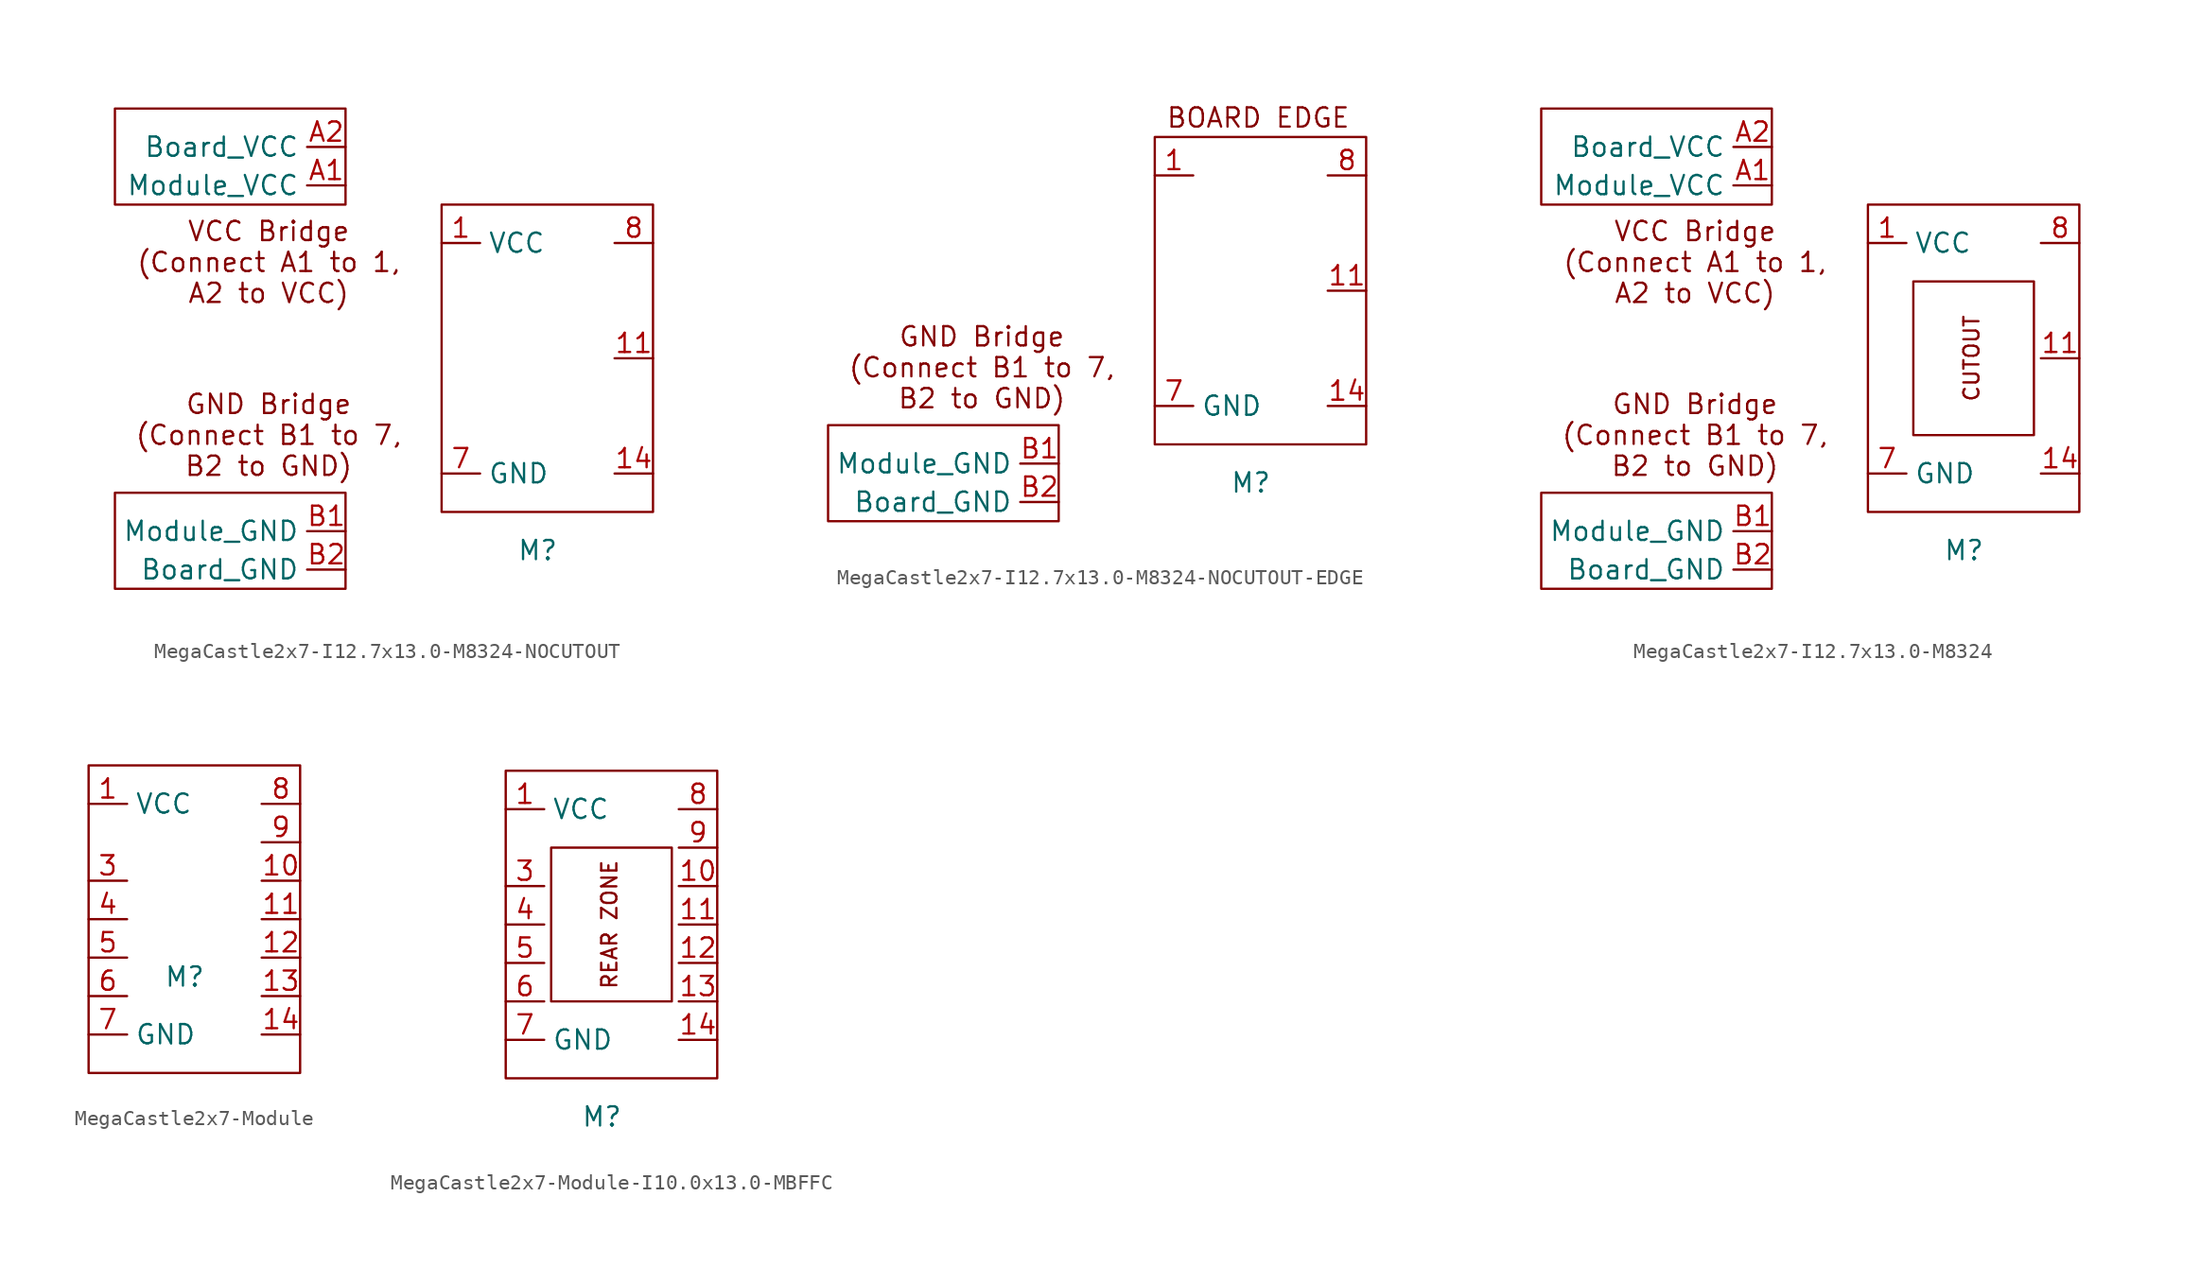
<source format=kicad_sym>
(kicad_symbol_lib
  (version 20231120)
  (generator "kicad_symbol_editor")
  (generator_version "8.0")
  (symbol "MegaCastle2x7-I12.7x13.0-M8324-NOCUTOUT"
    (property "Reference" "M"
      (at 0 -12.7 0)
      (effects (font (size 1.27 1.27))))
    (property "Value" ""
      (at 0 5.08 0)
      (effects (font (size 1.27 1.27))))
    (symbol "MegaCastle2x7-I12.7x13.0-M8324-NOCUTOUT_0_1"
      (rectangle (start -27.94 -8.89) (end -12.7 -15.24) (stroke (width 0) (type default)) (fill (type none)))
      (rectangle (start -27.94 16.51) (end -12.7 10.16) (stroke (width 0) (type default)) (fill (type none)))
      (rectangle (start -6.35 10.16) (end 7.62 -10.16) (stroke (width 0) (type default)) (fill (type none))))
    (symbol "MegaCastle2x7-I12.7x13.0-M8324-NOCUTOUT_1_1"
      (text "GND Bridge\n(Connect B1 to 7,\nB2 to GND)" (at -17.78 -5.08 0) (effects (font (size 1.27 1.27))))
      (text "VCC Bridge\n(Connect A1 to 1,\nA2 to VCC)" (at -17.78 6.35 0) (effects (font (size 1.27 1.27))))
      (pin bidirectional line (at -6.35 7.62 0) (length 2.54) (name "VCC" (effects (font (size 1.27 1.27)))) (number "1" (effects (font (size 1.27 1.27)))))
      (pin bidirectional line (at 7.62 0 180) (length 2.54) (name "" (effects (font (size 1.27 1.27)))) (number "11" (effects (font (size 1.27 1.27)))))
      (pin bidirectional line (at 7.62 -7.62 180) (length 2.54) (name "" (effects (font (size 1.27 1.27)))) (number "14" (effects (font (size 1.27 1.27)))))
      (pin bidirectional line (at -6.35 -7.62 0) (length 2.54) (name "GND" (effects (font (size 1.27 1.27)))) (number "7" (effects (font (size 1.27 1.27)))))
      (pin bidirectional line (at 7.62 7.62 180) (length 2.54) (name "" (effects (font (size 1.27 1.27)))) (number "8" (effects (font (size 1.27 1.27)))))
      (pin bidirectional line (at -12.7 11.43 180) (length 2.54) (name "Module_VCC" (effects (font (size 1.27 1.27)))) (number "A1" (effects (font (size 1.27 1.27)))))
      (pin bidirectional line (at -12.7 13.97 180) (length 2.54) (name "Board_VCC" (effects (font (size 1.27 1.27)))) (number "A2" (effects (font (size 1.27 1.27)))))
      (pin bidirectional line (at -12.7 -11.43 180) (length 2.54) (name "Module_GND" (effects (font (size 1.27 1.27)))) (number "B1" (effects (font (size 1.27 1.27)))))
      (pin bidirectional line (at -12.7 -13.97 180) (length 2.54) (name "Board_GND" (effects (font (size 1.27 1.27)))) (number "B2" (effects (font (size 1.27 1.27)))))))
  (symbol "MegaCastle2x7-I12.7x13.0-M8324-NOCUTOUT-EDGE"
    (property "Reference" "M"
      (at 0 -12.7 0)
      (effects (font (size 1.27 1.27))))
    (property "Value" ""
      (at 0 5.08 0)
      (effects (font (size 1.27 1.27))))
    (symbol "MegaCastle2x7-I12.7x13.0-M8324-NOCUTOUT-EDGE_0_1"
      (rectangle (start -27.94 -8.89) (end -12.7 -15.24) (stroke (width 0) (type default)) (fill (type none)))
      (rectangle (start -6.35 10.16) (end 7.62 -10.16) (stroke (width 0) (type default)) (fill (type none))))
    (symbol "MegaCastle2x7-I12.7x13.0-M8324-NOCUTOUT-EDGE_1_1"
      (text " BOARD EDGE" (at 0 11.43 0) (effects (font (size 1.27 1.27))))
      (text "GND Bridge\n(Connect B1 to 7,\nB2 to GND)" (at -17.78 -5.08 0) (effects (font (size 1.27 1.27))))
      (pin bidirectional line (at -6.35 7.62 0) (length 2.54) (name "" (effects (font (size 1.27 1.27)))) (number "1" (effects (font (size 1.27 1.27)))))
      (pin bidirectional line (at 7.62 0 180) (length 2.54) (name "" (effects (font (size 1.27 1.27)))) (number "11" (effects (font (size 1.27 1.27)))))
      (pin bidirectional line (at 7.62 -7.62 180) (length 2.54) (name "" (effects (font (size 1.27 1.27)))) (number "14" (effects (font (size 1.27 1.27)))))
      (pin bidirectional line (at -6.35 -7.62 0) (length 2.54) (name "GND" (effects (font (size 1.27 1.27)))) (number "7" (effects (font (size 1.27 1.27)))))
      (pin bidirectional line (at 7.62 7.62 180) (length 2.54) (name "" (effects (font (size 1.27 1.27)))) (number "8" (effects (font (size 1.27 1.27)))))
      (pin bidirectional line (at -12.7 -11.43 180) (length 2.54) (name "Module_GND" (effects (font (size 1.27 1.27)))) (number "B1" (effects (font (size 1.27 1.27)))))
      (pin bidirectional line (at -12.7 -13.97 180) (length 2.54) (name "Board_GND" (effects (font (size 1.27 1.27)))) (number "B2" (effects (font (size 1.27 1.27)))))))
  (symbol "MegaCastle2x7-I12.7x13.0-M8324"
    (property "Reference" "M"
      (at 0 -12.7 0)
      (effects (font (size 1.27 1.27))))
    (property "Value" ""
      (at 0 5.08 0)
      (effects (font (size 1.27 1.27))))
    (symbol "MegaCastle2x7-I12.7x13.0-M8324_0_1"
      (rectangle (start -27.94 -8.89) (end -12.7 -15.24) (stroke (width 0) (type default)) (fill (type none)))
      (rectangle (start -27.94 16.51) (end -12.7 10.16) (stroke (width 0) (type default)) (fill (type none)))
      (rectangle (start -6.35 10.16) (end 7.62 -10.16) (stroke (width 0) (type default)) (fill (type none)))
      (rectangle (start -3.35 5.08) (end 4.62 -5.08) (stroke (width 0) (type default)) (fill (type none))))
    (symbol "MegaCastle2x7-I12.7x13.0-M8324_1_1"
      (text "CUTOUT" (at 0.5 0 900) (effects (font (size 1 1))))
      (text "GND Bridge\n(Connect B1 to 7,\nB2 to GND)" (at -17.78 -5.08 0) (effects (font (size 1.27 1.27))))
      (text "VCC Bridge\n(Connect A1 to 1,\nA2 to VCC)" (at -17.78 6.35 0) (effects (font (size 1.27 1.27))))
      (pin bidirectional line (at -6.35 7.62 0) (length 2.54) (name "VCC" (effects (font (size 1.27 1.27)))) (number "1" (effects (font (size 1.27 1.27)))))
      (pin bidirectional line (at 7.62 0 180) (length 2.54) (name "" (effects (font (size 1.27 1.27)))) (number "11" (effects (font (size 1.27 1.27)))))
      (pin bidirectional line (at 7.62 -7.62 180) (length 2.54) (name "" (effects (font (size 1.27 1.27)))) (number "14" (effects (font (size 1.27 1.27)))))
      (pin bidirectional line (at -6.35 -7.62 0) (length 2.54) (name "GND" (effects (font (size 1.27 1.27)))) (number "7" (effects (font (size 1.27 1.27)))))
      (pin bidirectional line (at 7.62 7.62 180) (length 2.54) (name "" (effects (font (size 1.27 1.27)))) (number "8" (effects (font (size 1.27 1.27)))))
      (pin bidirectional line (at -12.7 11.43 180) (length 2.54) (name "Module_VCC" (effects (font (size 1.27 1.27)))) (number "A1" (effects (font (size 1.27 1.27)))))
      (pin bidirectional line (at -12.7 13.97 180) (length 2.54) (name "Board_VCC" (effects (font (size 1.27 1.27)))) (number "A2" (effects (font (size 1.27 1.27)))))
      (pin bidirectional line (at -12.7 -11.43 180) (length 2.54) (name "Module_GND" (effects (font (size 1.27 1.27)))) (number "B1" (effects (font (size 1.27 1.27)))))
      (pin bidirectional line (at -12.7 -13.97 180) (length 2.54) (name "Board_GND" (effects (font (size 1.27 1.27)))) (number "B2" (effects (font (size 1.27 1.27)))))))
  (symbol "MegaCastle2x7-Module"
    (property "Reference" "M"
      (at 0 0 0)
      (effects (font (size 1.27 1.27))))
    (property "Value" ""
      (at 0 5.08 0)
      (effects (font (size 1.27 1.27))))
    (symbol "MegaCastle2x7-Module_0_1"
      (rectangle (start -6.35 13.97) (end 7.62 -6.35) (stroke (width 0) (type default)) (fill (type none))))
    (symbol "MegaCastle2x7-Module_1_1"
      (pin bidirectional line (at -6.35 11.43 0) (length 2.54) (name "VCC" (effects (font (size 1.27 1.27)))) (number "1" (effects (font (size 1.27 1.27)))))
      (pin bidirectional line (at 7.62 6.35 180) (length 2.54) (name "" (effects (font (size 1.27 1.27)))) (number "10" (effects (font (size 1.27 1.27)))))
      (pin bidirectional line (at 7.62 3.81 180) (length 2.54) (name "" (effects (font (size 1.27 1.27)))) (number "11" (effects (font (size 1.27 1.27)))))
      (pin bidirectional line (at 7.62 1.27 180) (length 2.54) (name "" (effects (font (size 1.27 1.27)))) (number "12" (effects (font (size 1.27 1.27)))))
      (pin bidirectional line (at 7.62 -1.27 180) (length 2.54) (name "" (effects (font (size 1.27 1.27)))) (number "13" (effects (font (size 1.27 1.27)))))
      (pin bidirectional line (at 7.62 -3.81 180) (length 2.54) (name "" (effects (font (size 1.27 1.27)))) (number "14" (effects (font (size 1.27 1.27)))))
      (pin bidirectional line (at -6.35 6.35 0) (length 2.54) (name "" (effects (font (size 1.27 1.27)))) (number "3" (effects (font (size 1.27 1.27)))))
      (pin bidirectional line (at -6.35 3.81 0) (length 2.54) (name "" (effects (font (size 1.27 1.27)))) (number "4" (effects (font (size 1.27 1.27)))))
      (pin bidirectional line (at -6.35 1.27 0) (length 2.54) (name "" (effects (font (size 1.27 1.27)))) (number "5" (effects (font (size 1.27 1.27)))))
      (pin bidirectional line (at -6.35 -1.27 0) (length 2.54) (name "" (effects (font (size 1.27 1.27)))) (number "6" (effects (font (size 1.27 1.27)))))
      (pin bidirectional line (at -6.35 -3.81 0) (length 2.54) (name "GND" (effects (font (size 1.27 1.27)))) (number "7" (effects (font (size 1.27 1.27)))))
      (pin bidirectional line (at 7.62 11.43 180) (length 2.54) (name "" (effects (font (size 1.27 1.27)))) (number "8" (effects (font (size 1.27 1.27)))))
      (pin bidirectional line (at 7.62 8.89 180) (length 2.54) (name "" (effects (font (size 1.27 1.27)))) (number "9" (effects (font (size 1.27 1.27)))))))
  (symbol "MegaCastle2x7-Module-I10.0x13.0-MBFFC"
    (property "Reference" "M"
      (at 0 -12.7 0)
      (effects (font (size 1.27 1.27))))
    (property "Value" ""
      (at 0 5.08 0)
      (effects (font (size 1.27 1.27))))
    (symbol "MegaCastle2x7-Module-I10.0x13.0-MBFFC_0_1"
      (rectangle (start -6.35 10.16) (end 7.62 -10.16) (stroke (width 0) (type default)) (fill (type none)))
      (rectangle (start -3.35 5.08) (end 4.62 -5.08) (stroke (width 0) (type default)) (fill (type none))))
    (symbol "MegaCastle2x7-Module-I10.0x13.0-MBFFC_1_1"
      (text "REAR ZONE" (at 0.5 0 900) (effects (font (size 1 1))))
      (pin bidirectional line (at -6.35 7.62 0) (length 2.54) (name "VCC" (effects (font (size 1.27 1.27)))) (number "1" (effects (font (size 1.27 1.27)))))
      (pin bidirectional line (at 7.62 2.54 180) (length 2.54) (name "" (effects (font (size 1.27 1.27)))) (number "10" (effects (font (size 1.27 1.27)))))
      (pin bidirectional line (at 7.62 0 180) (length 2.54) (name "" (effects (font (size 1.27 1.27)))) (number "11" (effects (font (size 1.27 1.27)))))
      (pin bidirectional line (at 7.62 -2.54 180) (length 2.54) (name "" (effects (font (size 1.27 1.27)))) (number "12" (effects (font (size 1.27 1.27)))))
      (pin bidirectional line (at 7.62 -5.08 180) (length 2.54) (name "" (effects (font (size 1.27 1.27)))) (number "13" (effects (font (size 1.27 1.27)))))
      (pin bidirectional line (at 7.62 -7.62 180) (length 2.54) (name "" (effects (font (size 1.27 1.27)))) (number "14" (effects (font (size 1.27 1.27)))))
      (pin bidirectional line (at -6.35 2.54 0) (length 2.54) (name "" (effects (font (size 1.27 1.27)))) (number "3" (effects (font (size 1.27 1.27)))))
      (pin bidirectional line (at -6.35 0 0) (length 2.54) (name "" (effects (font (size 1.27 1.27)))) (number "4" (effects (font (size 1.27 1.27)))))
      (pin bidirectional line (at -6.35 -2.54 0) (length 2.54) (name "" (effects (font (size 1.27 1.27)))) (number "5" (effects (font (size 1.27 1.27)))))
      (pin bidirectional line (at -6.35 -5.08 0) (length 2.54) (name "" (effects (font (size 1.27 1.27)))) (number "6" (effects (font (size 1.27 1.27)))))
      (pin bidirectional line (at -6.35 -7.62 0) (length 2.54) (name "GND" (effects (font (size 1.27 1.27)))) (number "7" (effects (font (size 1.27 1.27)))))
      (pin bidirectional line (at 7.62 7.62 180) (length 2.54) (name "" (effects (font (size 1.27 1.27)))) (number "8" (effects (font (size 1.27 1.27)))))
      (pin bidirectional line (at 7.62 5.08 180) (length 2.54) (name "" (effects (font (size 1.27 1.27)))) (number "9" (effects (font (size 1.27 1.27))))))))
</source>
